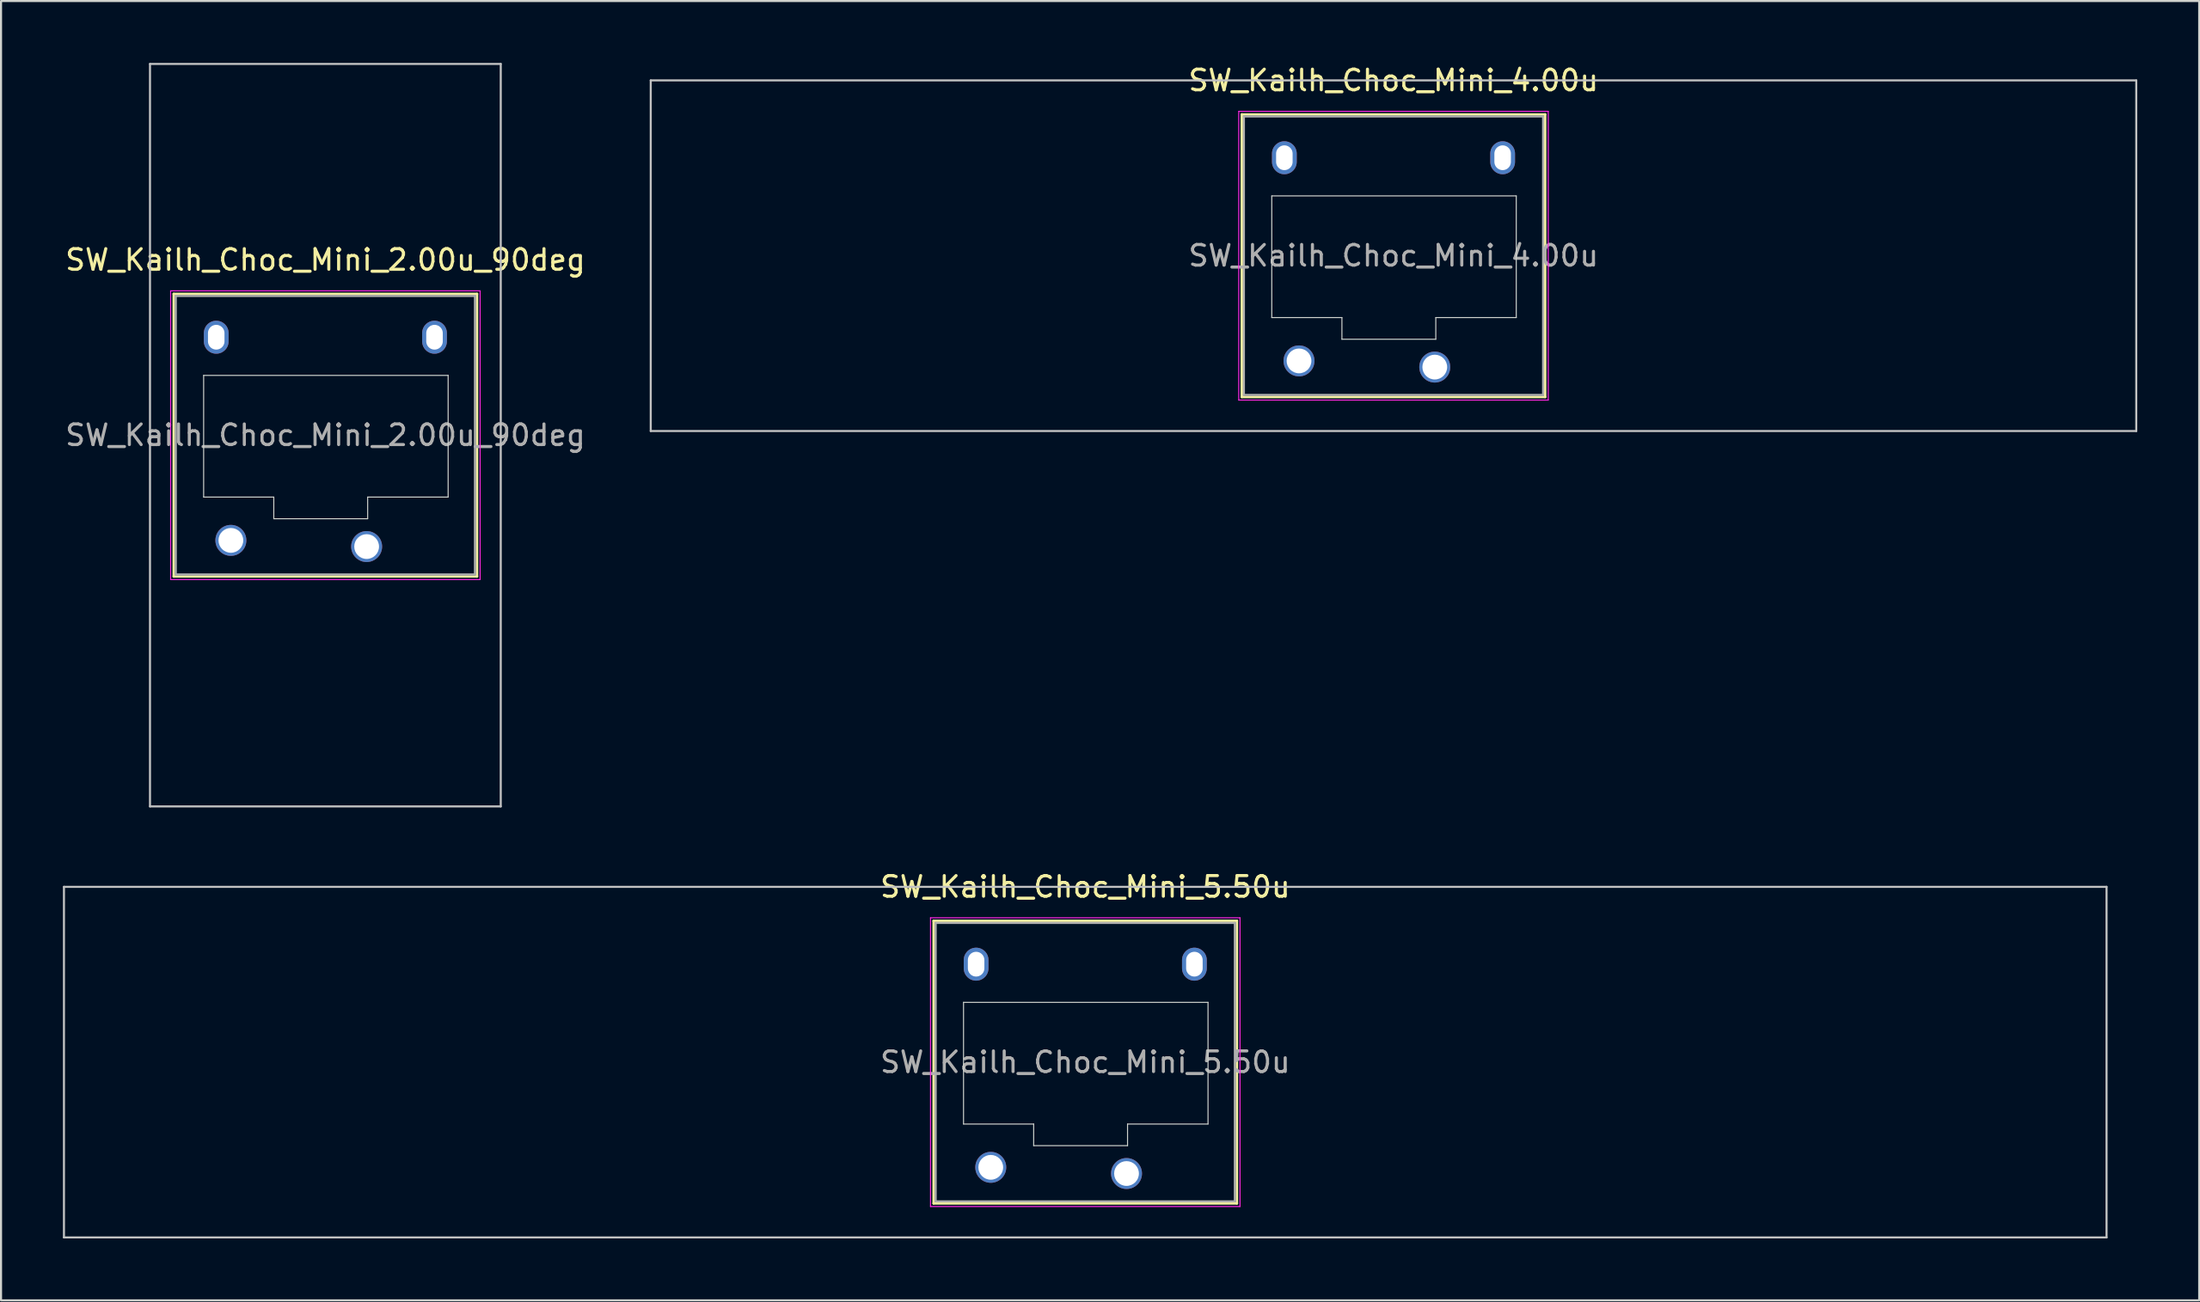
<source format=kicad_pcb>
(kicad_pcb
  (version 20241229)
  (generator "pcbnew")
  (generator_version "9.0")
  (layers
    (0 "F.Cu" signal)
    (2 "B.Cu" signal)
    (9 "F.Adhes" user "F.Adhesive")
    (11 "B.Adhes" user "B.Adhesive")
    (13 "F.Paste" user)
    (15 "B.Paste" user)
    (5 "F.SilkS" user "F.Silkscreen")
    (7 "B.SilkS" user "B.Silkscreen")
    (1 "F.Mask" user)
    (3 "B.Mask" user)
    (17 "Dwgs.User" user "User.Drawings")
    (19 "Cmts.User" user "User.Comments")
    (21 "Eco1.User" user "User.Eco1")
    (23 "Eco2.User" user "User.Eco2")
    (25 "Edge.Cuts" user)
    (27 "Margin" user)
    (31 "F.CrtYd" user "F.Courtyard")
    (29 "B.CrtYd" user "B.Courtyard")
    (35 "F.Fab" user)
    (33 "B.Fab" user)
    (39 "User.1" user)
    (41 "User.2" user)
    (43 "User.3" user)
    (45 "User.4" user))
  (footprint "SW_Kailh_Choc_Mini_4.00u"
    (layer "F.Cu")
    (at 64.49 9.348)
    (property "Reference" "SW_Kailh_Choc_Mini_4.00u" (at 0 -8.5 0) (layer "F.SilkS") (effects (font (size 1 1) (thickness 0.15))))
    (attr through_hole)
    (fp_line (start -7.35 -6.85) (end -7.35 6.85) (stroke (width 0.12) (type solid)) (layer "F.SilkS"))
    (fp_line (start -7.35 6.85) (end 7.35 6.85) (stroke (width 0.12) (type solid)) (layer "F.SilkS"))
    (fp_line (start 7.35 -6.85) (end -7.35 -6.85) (stroke (width 0.12) (type solid)) (layer "F.SilkS"))
    (fp_line (start 7.35 6.85) (end 7.35 -6.85) (stroke (width 0.12) (type solid)) (layer "F.SilkS"))
    (fp_line (start -36 -8.5) (end -36 8.5) (stroke (width 0.1) (type solid)) (layer "Dwgs.User"))
    (fp_line (start -36 8.5) (end 36 8.5) (stroke (width 0.1) (type solid)) (layer "Dwgs.User"))
    (fp_line (start 36 -8.5) (end -36 -8.5) (stroke (width 0.1) (type solid)) (layer "Dwgs.User"))
    (fp_line (start 36 8.5) (end 36 -8.5) (stroke (width 0.1) (type solid)) (layer "Dwgs.User"))
    (fp_line (start -6.85 -6.35) (end -6.85 6.35) (stroke (width 0.1) (type solid)) (layer "Eco1.User"))
    (fp_line (start -6.85 6.35) (end 6.85 6.35) (stroke (width 0.1) (type solid)) (layer "Eco1.User"))
    (fp_line (start 6.85 -6.35) (end -6.85 -6.35) (stroke (width 0.1) (type solid)) (layer "Eco1.User"))
    (fp_line (start 6.85 6.35) (end 6.85 -6.35) (stroke (width 0.1) (type solid)) (layer "Eco1.User"))
    (fp_line (start -5.9 -2.9) (end -5.9 3) (stroke (width 0.05) (type solid)) (layer "Edge.Cuts"))
    (fp_line (start -5.9 3) (end -2.5 3) (stroke (width 0.05) (type solid)) (layer "Edge.Cuts"))
    (fp_line (start -2.5 3) (end -2.5 4.05) (stroke (width 0.05) (type solid)) (layer "Edge.Cuts"))
    (fp_line (start -2.5 4.05) (end 2.05 4.05) (stroke (width 0.05) (type solid)) (layer "Edge.Cuts"))
    (fp_line (start 2.05 3) (end 5.95 3) (stroke (width 0.05) (type solid)) (layer "Edge.Cuts"))
    (fp_line (start 2.05 4.05) (end 2.05 3) (stroke (width 0.05) (type solid)) (layer "Edge.Cuts"))
    (fp_line (start 5.95 -2.9) (end -5.9 -2.9) (stroke (width 0.05) (type solid)) (layer "Edge.Cuts"))
    (fp_line (start 5.95 3) (end 5.95 -2.9) (stroke (width 0.05) (type solid)) (layer "Edge.Cuts"))
    (fp_line (start -7.5 -7) (end -7.5 7) (stroke (width 0.05) (type solid)) (layer "F.CrtYd"))
    (fp_line (start -7.5 7) (end 7.5 7) (stroke (width 0.05) (type solid)) (layer "F.CrtYd"))
    (fp_line (start 7.5 -7) (end -7.5 -7) (stroke (width 0.05) (type solid)) (layer "F.CrtYd"))
    (fp_line (start 7.5 7) (end 7.5 -7) (stroke (width 0.05) (type solid)) (layer "F.CrtYd"))
    (fp_line (start -7.25 -6.75) (end -7.25 6.75) (stroke (width 0.1) (type solid)) (layer "F.Fab"))
    (fp_line (start -7.25 6.75) (end 7.25 6.75) (stroke (width 0.1) (type solid)) (layer "F.Fab"))
    (fp_line (start 7.25 -6.75) (end -7.25 -6.75) (stroke (width 0.1) (type solid)) (layer "F.Fab"))
    (fp_line (start 7.25 6.75) (end 7.25 -6.75) (stroke (width 0.1) (type solid)) (layer "F.Fab"))
    (fp_text user "${REFERENCE}" (at 0 0 0) (layer "F.Fab") (effects (font (size 1 1) (thickness 0.15))))
    (pad "" np_thru_hole oval (at -5.29 -4.75) (size 1.2 1.6) (drill oval 0.8 1.2) (layers "*.Cu" "*.Mask"))
    (pad "" np_thru_hole oval (at 5.29 -4.75) (size 1.2 1.6) (drill oval 0.8 1.2) (layers "*.Cu" "*.Mask"))
    (pad "1" thru_hole circle (at 2 5.4) (size 1.5 1.5) (drill 1.2) (layers "*.Cu" "*.Mask"))
    (pad "2" thru_hole circle (at -4.58 5.1) (size 1.5 1.5) (drill 1.2) (layers "*.Cu" "*.Mask")))
  (footprint "SW_Kailh_Choc_Mini_5.50u"
    (layer "F.Cu")
    (at 49.55 48.448)
    (property "Reference" "SW_Kailh_Choc_Mini_5.50u" (at 0 -8.5 0) (layer "F.SilkS") (effects (font (size 1 1) (thickness 0.15))))
    (attr through_hole)
    (fp_line (start -7.35 -6.85) (end -7.35 6.85) (stroke (width 0.12) (type solid)) (layer "F.SilkS"))
    (fp_line (start -7.35 6.85) (end 7.35 6.85) (stroke (width 0.12) (type solid)) (layer "F.SilkS"))
    (fp_line (start 7.35 -6.85) (end -7.35 -6.85) (stroke (width 0.12) (type solid)) (layer "F.SilkS"))
    (fp_line (start 7.35 6.85) (end 7.35 -6.85) (stroke (width 0.12) (type solid)) (layer "F.SilkS"))
    (fp_line (start -49.5 -8.5) (end -49.5 8.5) (stroke (width 0.1) (type solid)) (layer "Dwgs.User"))
    (fp_line (start -49.5 8.5) (end 49.5 8.5) (stroke (width 0.1) (type solid)) (layer "Dwgs.User"))
    (fp_line (start 49.5 -8.5) (end -49.5 -8.5) (stroke (width 0.1) (type solid)) (layer "Dwgs.User"))
    (fp_line (start 49.5 8.5) (end 49.5 -8.5) (stroke (width 0.1) (type solid)) (layer "Dwgs.User"))
    (fp_line (start -6.85 -6.35) (end -6.85 6.35) (stroke (width 0.1) (type solid)) (layer "Eco1.User"))
    (fp_line (start -6.85 6.35) (end 6.85 6.35) (stroke (width 0.1) (type solid)) (layer "Eco1.User"))
    (fp_line (start 6.85 -6.35) (end -6.85 -6.35) (stroke (width 0.1) (type solid)) (layer "Eco1.User"))
    (fp_line (start 6.85 6.35) (end 6.85 -6.35) (stroke (width 0.1) (type solid)) (layer "Eco1.User"))
    (fp_line (start -5.9 -2.9) (end -5.9 3) (stroke (width 0.05) (type solid)) (layer "Edge.Cuts"))
    (fp_line (start -5.9 3) (end -2.5 3) (stroke (width 0.05) (type solid)) (layer "Edge.Cuts"))
    (fp_line (start -2.5 3) (end -2.5 4.05) (stroke (width 0.05) (type solid)) (layer "Edge.Cuts"))
    (fp_line (start -2.5 4.05) (end 2.05 4.05) (stroke (width 0.05) (type solid)) (layer "Edge.Cuts"))
    (fp_line (start 2.05 3) (end 5.95 3) (stroke (width 0.05) (type solid)) (layer "Edge.Cuts"))
    (fp_line (start 2.05 4.05) (end 2.05 3) (stroke (width 0.05) (type solid)) (layer "Edge.Cuts"))
    (fp_line (start 5.95 -2.9) (end -5.9 -2.9) (stroke (width 0.05) (type solid)) (layer "Edge.Cuts"))
    (fp_line (start 5.95 3) (end 5.95 -2.9) (stroke (width 0.05) (type solid)) (layer "Edge.Cuts"))
    (fp_line (start -7.5 -7) (end -7.5 7) (stroke (width 0.05) (type solid)) (layer "F.CrtYd"))
    (fp_line (start -7.5 7) (end 7.5 7) (stroke (width 0.05) (type solid)) (layer "F.CrtYd"))
    (fp_line (start 7.5 -7) (end -7.5 -7) (stroke (width 0.05) (type solid)) (layer "F.CrtYd"))
    (fp_line (start 7.5 7) (end 7.5 -7) (stroke (width 0.05) (type solid)) (layer "F.CrtYd"))
    (fp_line (start -7.25 -6.75) (end -7.25 6.75) (stroke (width 0.1) (type solid)) (layer "F.Fab"))
    (fp_line (start -7.25 6.75) (end 7.25 6.75) (stroke (width 0.1) (type solid)) (layer "F.Fab"))
    (fp_line (start 7.25 -6.75) (end -7.25 -6.75) (stroke (width 0.1) (type solid)) (layer "F.Fab"))
    (fp_line (start 7.25 6.75) (end 7.25 -6.75) (stroke (width 0.1) (type solid)) (layer "F.Fab"))
    (fp_text user "${REFERENCE}" (at 0 0 0) (layer "F.Fab") (effects (font (size 1 1) (thickness 0.15))))
    (pad "" np_thru_hole oval (at -5.29 -4.75) (size 1.2 1.6) (drill oval 0.8 1.2) (layers "*.Cu" "*.Mask"))
    (pad "" np_thru_hole oval (at 5.29 -4.75) (size 1.2 1.6) (drill oval 0.8 1.2) (layers "*.Cu" "*.Mask"))
    (pad "1" thru_hole circle (at 2 5.4) (size 1.5 1.5) (drill 1.2) (layers "*.Cu" "*.Mask"))
    (pad "2" thru_hole circle (at -4.58 5.1) (size 1.5 1.5) (drill 1.2) (layers "*.Cu" "*.Mask")))
  (footprint "SW_Kailh_Choc_Mini_2.00u_90deg"
    (layer "F.Cu")
    (at 12.72 18.05)
    (property "Reference" "SW_Kailh_Choc_Mini_2.00u_90deg" (at 0 -8.5 0) (layer "F.SilkS") (effects (font (size 1 1) (thickness 0.15))))
    (attr through_hole)
    (fp_line (start -7.35 -6.85) (end -7.35 6.85) (stroke (width 0.12) (type solid)) (layer "F.SilkS"))
    (fp_line (start -7.35 6.85) (end 7.35 6.85) (stroke (width 0.12) (type solid)) (layer "F.SilkS"))
    (fp_line (start 7.35 -6.85) (end -7.35 -6.85) (stroke (width 0.12) (type solid)) (layer "F.SilkS"))
    (fp_line (start 7.35 6.85) (end 7.35 -6.85) (stroke (width 0.12) (type solid)) (layer "F.SilkS"))
    (fp_line (start -8.5 -18) (end 8.5 -18) (stroke (width 0.1) (type solid)) (layer "Dwgs.User"))
    (fp_line (start -8.5 18) (end -8.5 -18) (stroke (width 0.1) (type solid)) (layer "Dwgs.User"))
    (fp_line (start 8.5 -18) (end 8.5 18) (stroke (width 0.1) (type solid)) (layer "Dwgs.User"))
    (fp_line (start 8.5 18) (end -8.5 18) (stroke (width 0.1) (type solid)) (layer "Dwgs.User"))
    (fp_line (start -6.85 -6.35) (end -6.85 6.35) (stroke (width 0.1) (type solid)) (layer "Eco1.User"))
    (fp_line (start -6.85 6.35) (end 6.85 6.35) (stroke (width 0.1) (type solid)) (layer "Eco1.User"))
    (fp_line (start 6.85 -6.35) (end -6.85 -6.35) (stroke (width 0.1) (type solid)) (layer "Eco1.User"))
    (fp_line (start 6.85 6.35) (end 6.85 -6.35) (stroke (width 0.1) (type solid)) (layer "Eco1.User"))
    (fp_line (start -5.9 -2.9) (end -5.9 3) (stroke (width 0.05) (type solid)) (layer "Edge.Cuts"))
    (fp_line (start -5.9 3) (end -2.5 3) (stroke (width 0.05) (type solid)) (layer "Edge.Cuts"))
    (fp_line (start -2.5 3) (end -2.5 4.05) (stroke (width 0.05) (type solid)) (layer "Edge.Cuts"))
    (fp_line (start -2.5 4.05) (end 2.05 4.05) (stroke (width 0.05) (type solid)) (layer "Edge.Cuts"))
    (fp_line (start 2.05 3) (end 5.95 3) (stroke (width 0.05) (type solid)) (layer "Edge.Cuts"))
    (fp_line (start 2.05 4.05) (end 2.05 3) (stroke (width 0.05) (type solid)) (layer "Edge.Cuts"))
    (fp_line (start 5.95 -2.9) (end -5.9 -2.9) (stroke (width 0.05) (type solid)) (layer "Edge.Cuts"))
    (fp_line (start 5.95 3) (end 5.95 -2.9) (stroke (width 0.05) (type solid)) (layer "Edge.Cuts"))
    (fp_line (start -7.5 -7) (end -7.5 7) (stroke (width 0.05) (type solid)) (layer "F.CrtYd"))
    (fp_line (start -7.5 7) (end 7.5 7) (stroke (width 0.05) (type solid)) (layer "F.CrtYd"))
    (fp_line (start 7.5 -7) (end -7.5 -7) (stroke (width 0.05) (type solid)) (layer "F.CrtYd"))
    (fp_line (start 7.5 7) (end 7.5 -7) (stroke (width 0.05) (type solid)) (layer "F.CrtYd"))
    (fp_line (start -7.25 -6.75) (end -7.25 6.75) (stroke (width 0.1) (type solid)) (layer "F.Fab"))
    (fp_line (start -7.25 6.75) (end 7.25 6.75) (stroke (width 0.1) (type solid)) (layer "F.Fab"))
    (fp_line (start 7.25 -6.75) (end -7.25 -6.75) (stroke (width 0.1) (type solid)) (layer "F.Fab"))
    (fp_line (start 7.25 6.75) (end 7.25 -6.75) (stroke (width 0.1) (type solid)) (layer "F.Fab"))
    (fp_text user "${REFERENCE}" (at 0 0 0) (layer "F.Fab") (effects (font (size 1 1) (thickness 0.15))))
    (pad "" np_thru_hole oval (at -5.29 -4.75) (size 1.2 1.6) (drill oval 0.8 1.2) (layers "*.Cu" "*.Mask"))
    (pad "" np_thru_hole oval (at 5.29 -4.75) (size 1.2 1.6) (drill oval 0.8 1.2) (layers "*.Cu" "*.Mask"))
    (pad "1" thru_hole circle (at 2 5.4) (size 1.5 1.5) (drill 1.2) (layers "*.Cu" "*.Mask"))
    (pad "2" thru_hole circle (at -4.58 5.1) (size 1.5 1.5) (drill 1.2) (layers "*.Cu" "*.Mask")))
  (gr_rect
    (start -3 -3)
    (end 103.54 59.998)
    (stroke (width 0.1) (type default))
    (fill no)
    (layer "Edge.Cuts")))
</source>
